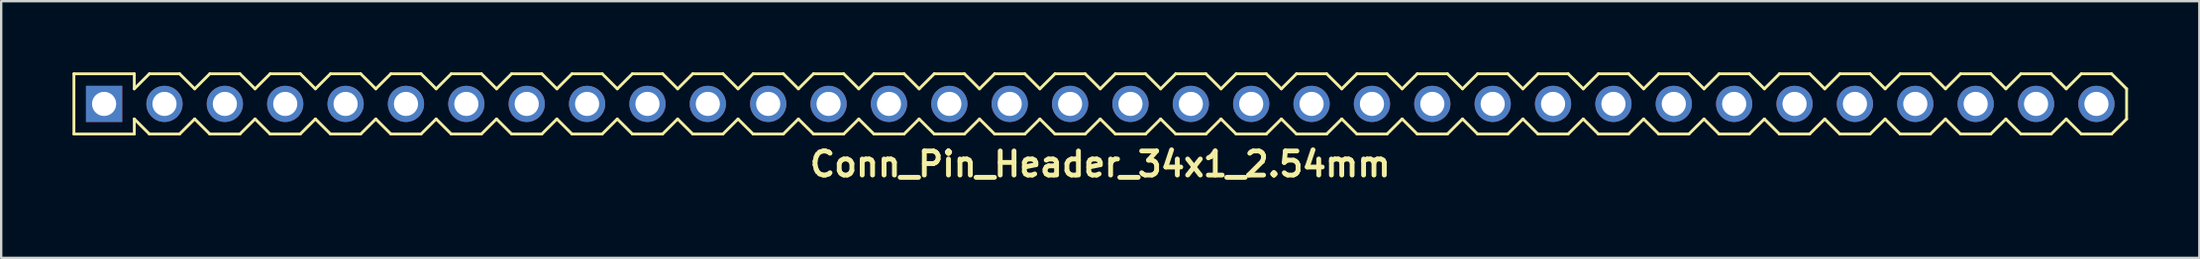
<source format=kicad_pcb>
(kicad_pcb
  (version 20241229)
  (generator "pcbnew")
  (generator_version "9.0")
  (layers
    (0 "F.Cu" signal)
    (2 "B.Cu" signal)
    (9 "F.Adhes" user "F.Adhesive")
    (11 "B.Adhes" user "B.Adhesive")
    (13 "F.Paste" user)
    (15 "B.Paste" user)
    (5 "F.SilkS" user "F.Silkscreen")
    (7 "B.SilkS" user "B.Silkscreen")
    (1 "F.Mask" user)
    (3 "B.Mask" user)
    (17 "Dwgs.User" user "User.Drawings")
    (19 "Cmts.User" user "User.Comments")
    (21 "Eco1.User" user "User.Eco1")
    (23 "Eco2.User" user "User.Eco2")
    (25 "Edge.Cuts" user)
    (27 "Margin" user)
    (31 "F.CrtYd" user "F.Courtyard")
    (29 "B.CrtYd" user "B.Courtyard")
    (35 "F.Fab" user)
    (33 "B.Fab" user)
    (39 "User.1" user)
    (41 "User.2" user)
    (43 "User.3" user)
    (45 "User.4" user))
  (footprint "Conn_Pin_Header_34x1_2.54mm"
    (layer "F.Cu")
    (at 43.24 1.33)
    (property "Reference" "Conn_Pin_Header_34x1_2.54mm" (at 0 2.54 0) (layer "F.SilkS") (effects (font (size 1.016 1.016) (thickness 0.203))))
    (attr through_hole)
    (fp_line (start -43.18 -1.27) (end -43.18 1.27) (stroke (width 0.12) (type solid)) (layer "F.SilkS"))
    (fp_line (start -43.18 1.27) (end -40.64 1.27) (stroke (width 0.12) (type solid)) (layer "F.SilkS"))
    (fp_line (start -40.64 -1.27) (end -43.18 -1.27) (stroke (width 0.12) (type solid)) (layer "F.SilkS"))
    (fp_line (start -40.64 -0.635) (end -40.64 -1.27) (stroke (width 0.12) (type solid)) (layer "F.SilkS"))
    (fp_line (start -40.64 -0.635) (end -40.005 -1.27) (stroke (width 0.12) (type solid)) (layer "F.SilkS"))
    (fp_line (start -40.64 0.635) (end -40.005 1.27) (stroke (width 0.12) (type solid)) (layer "F.SilkS"))
    (fp_line (start -40.64 1.27) (end -40.64 0.635) (stroke (width 0.12) (type solid)) (layer "F.SilkS"))
    (fp_line (start -40.005 -1.27) (end -38.735 -1.27) (stroke (width 0.12) (type solid)) (layer "F.SilkS"))
    (fp_line (start -40.005 1.27) (end -38.735 1.27) (stroke (width 0.12) (type solid)) (layer "F.SilkS"))
    (fp_line (start -38.735 -1.27) (end -38.1 -0.635) (stroke (width 0.12) (type solid)) (layer "F.SilkS"))
    (fp_line (start -38.735 1.27) (end -38.1 0.635) (stroke (width 0.12) (type solid)) (layer "F.SilkS"))
    (fp_line (start -38.1 -0.635) (end -37.465 -1.27) (stroke (width 0.12) (type solid)) (layer "F.SilkS"))
    (fp_line (start -38.1 0.635) (end -37.465 1.27) (stroke (width 0.12) (type solid)) (layer "F.SilkS"))
    (fp_line (start -37.465 -1.27) (end -36.195 -1.27) (stroke (width 0.12) (type solid)) (layer "F.SilkS"))
    (fp_line (start -37.465 1.27) (end -36.195 1.27) (stroke (width 0.12) (type solid)) (layer "F.SilkS"))
    (fp_line (start -36.195 -1.27) (end -35.56 -0.635) (stroke (width 0.12) (type solid)) (layer "F.SilkS"))
    (fp_line (start -36.195 1.27) (end -35.56 0.635) (stroke (width 0.12) (type solid)) (layer "F.SilkS"))
    (fp_line (start -35.56 -0.635) (end -34.925 -1.27) (stroke (width 0.12) (type solid)) (layer "F.SilkS"))
    (fp_line (start -35.56 0.635) (end -34.925 1.27) (stroke (width 0.12) (type solid)) (layer "F.SilkS"))
    (fp_line (start -34.925 -1.27) (end -33.655 -1.27) (stroke (width 0.12) (type solid)) (layer "F.SilkS"))
    (fp_line (start -34.925 1.27) (end -33.655 1.27) (stroke (width 0.12) (type solid)) (layer "F.SilkS"))
    (fp_line (start -33.655 -1.27) (end -33.02 -0.635) (stroke (width 0.12) (type solid)) (layer "F.SilkS"))
    (fp_line (start -33.655 1.27) (end -33.02 0.635) (stroke (width 0.12) (type solid)) (layer "F.SilkS"))
    (fp_line (start -33.02 -0.635) (end -32.385 -1.27) (stroke (width 0.12) (type solid)) (layer "F.SilkS"))
    (fp_line (start -33.02 0.635) (end -32.385 1.27) (stroke (width 0.12) (type solid)) (layer "F.SilkS"))
    (fp_line (start -32.385 -1.27) (end -31.115 -1.27) (stroke (width 0.12) (type solid)) (layer "F.SilkS"))
    (fp_line (start -32.385 1.27) (end -31.115 1.27) (stroke (width 0.12) (type solid)) (layer "F.SilkS"))
    (fp_line (start -31.115 -1.27) (end -30.48 -0.635) (stroke (width 0.12) (type solid)) (layer "F.SilkS"))
    (fp_line (start -31.115 1.27) (end -30.48 0.635) (stroke (width 0.12) (type solid)) (layer "F.SilkS"))
    (fp_line (start -30.48 -0.635) (end -29.845 -1.27) (stroke (width 0.12) (type solid)) (layer "F.SilkS"))
    (fp_line (start -30.48 0.635) (end -29.845 1.27) (stroke (width 0.12) (type solid)) (layer "F.SilkS"))
    (fp_line (start -29.845 -1.27) (end -28.575 -1.27) (stroke (width 0.12) (type solid)) (layer "F.SilkS"))
    (fp_line (start -29.845 1.27) (end -28.575 1.27) (stroke (width 0.12) (type solid)) (layer "F.SilkS"))
    (fp_line (start -28.575 -1.27) (end -27.94 -0.635) (stroke (width 0.12) (type solid)) (layer "F.SilkS"))
    (fp_line (start -28.575 1.27) (end -27.94 0.635) (stroke (width 0.12) (type solid)) (layer "F.SilkS"))
    (fp_line (start -27.94 -0.635) (end -27.305 -1.27) (stroke (width 0.12) (type solid)) (layer "F.SilkS"))
    (fp_line (start -27.94 0.635) (end -27.305 1.27) (stroke (width 0.12) (type solid)) (layer "F.SilkS"))
    (fp_line (start -27.305 -1.27) (end -26.035 -1.27) (stroke (width 0.12) (type solid)) (layer "F.SilkS"))
    (fp_line (start -27.305 1.27) (end -26.035 1.27) (stroke (width 0.12) (type solid)) (layer "F.SilkS"))
    (fp_line (start -26.035 -1.27) (end -25.4 -0.635) (stroke (width 0.12) (type solid)) (layer "F.SilkS"))
    (fp_line (start -26.035 1.27) (end -25.4 0.635) (stroke (width 0.12) (type solid)) (layer "F.SilkS"))
    (fp_line (start -25.4 -0.635) (end -24.765 -1.27) (stroke (width 0.12) (type solid)) (layer "F.SilkS"))
    (fp_line (start -25.4 0.635) (end -24.765 1.27) (stroke (width 0.12) (type solid)) (layer "F.SilkS"))
    (fp_line (start -24.765 -1.27) (end -23.495 -1.27) (stroke (width 0.12) (type solid)) (layer "F.SilkS"))
    (fp_line (start -24.765 1.27) (end -23.495 1.27) (stroke (width 0.12) (type solid)) (layer "F.SilkS"))
    (fp_line (start -23.495 -1.27) (end -22.86 -0.635) (stroke (width 0.12) (type solid)) (layer "F.SilkS"))
    (fp_line (start -23.495 1.27) (end -22.86 0.635) (stroke (width 0.12) (type solid)) (layer "F.SilkS"))
    (fp_line (start -22.86 -0.635) (end -22.225 -1.27) (stroke (width 0.12) (type solid)) (layer "F.SilkS"))
    (fp_line (start -22.86 0.635) (end -22.225 1.27) (stroke (width 0.12) (type solid)) (layer "F.SilkS"))
    (fp_line (start -22.225 -1.27) (end -20.955 -1.27) (stroke (width 0.12) (type solid)) (layer "F.SilkS"))
    (fp_line (start -22.225 1.27) (end -20.955 1.27) (stroke (width 0.12) (type solid)) (layer "F.SilkS"))
    (fp_line (start -20.955 -1.27) (end -20.32 -0.635) (stroke (width 0.12) (type solid)) (layer "F.SilkS"))
    (fp_line (start -20.955 1.27) (end -20.32 0.635) (stroke (width 0.12) (type solid)) (layer "F.SilkS"))
    (fp_line (start -20.32 -0.635) (end -19.685 -1.27) (stroke (width 0.12) (type solid)) (layer "F.SilkS"))
    (fp_line (start -20.32 0.635) (end -19.685 1.27) (stroke (width 0.12) (type solid)) (layer "F.SilkS"))
    (fp_line (start -19.685 -1.27) (end -18.415 -1.27) (stroke (width 0.12) (type solid)) (layer "F.SilkS"))
    (fp_line (start -19.685 1.27) (end -18.415 1.27) (stroke (width 0.12) (type solid)) (layer "F.SilkS"))
    (fp_line (start -18.415 -1.27) (end -17.78 -0.635) (stroke (width 0.12) (type solid)) (layer "F.SilkS"))
    (fp_line (start -18.415 1.27) (end -17.78 0.635) (stroke (width 0.12) (type solid)) (layer "F.SilkS"))
    (fp_line (start -17.78 -0.635) (end -17.145 -1.27) (stroke (width 0.12) (type solid)) (layer "F.SilkS"))
    (fp_line (start -17.78 0.635) (end -17.145 1.27) (stroke (width 0.12) (type solid)) (layer "F.SilkS"))
    (fp_line (start -17.145 -1.27) (end -15.875 -1.27) (stroke (width 0.12) (type solid)) (layer "F.SilkS"))
    (fp_line (start -17.145 1.27) (end -15.875 1.27) (stroke (width 0.12) (type solid)) (layer "F.SilkS"))
    (fp_line (start -15.875 -1.27) (end -15.24 -0.635) (stroke (width 0.12) (type solid)) (layer "F.SilkS"))
    (fp_line (start -15.875 1.27) (end -15.24 0.635) (stroke (width 0.12) (type solid)) (layer "F.SilkS"))
    (fp_line (start -15.24 -0.635) (end -14.605 -1.27) (stroke (width 0.12) (type solid)) (layer "F.SilkS"))
    (fp_line (start -15.24 0.635) (end -14.605 1.27) (stroke (width 0.12) (type solid)) (layer "F.SilkS"))
    (fp_line (start -14.605 -1.27) (end -13.335 -1.27) (stroke (width 0.12) (type solid)) (layer "F.SilkS"))
    (fp_line (start -14.605 1.27) (end -13.335 1.27) (stroke (width 0.12) (type solid)) (layer "F.SilkS"))
    (fp_line (start -13.335 -1.27) (end -12.7 -0.635) (stroke (width 0.12) (type solid)) (layer "F.SilkS"))
    (fp_line (start -13.335 1.27) (end -12.7 0.635) (stroke (width 0.12) (type solid)) (layer "F.SilkS"))
    (fp_line (start -12.7 -0.635) (end -12.065 -1.27) (stroke (width 0.12) (type solid)) (layer "F.SilkS"))
    (fp_line (start -12.7 0.635) (end -12.065 1.27) (stroke (width 0.12) (type solid)) (layer "F.SilkS"))
    (fp_line (start -12.065 -1.27) (end -10.795 -1.27) (stroke (width 0.12) (type solid)) (layer "F.SilkS"))
    (fp_line (start -12.065 1.27) (end -10.795 1.27) (stroke (width 0.12) (type solid)) (layer "F.SilkS"))
    (fp_line (start -10.795 -1.27) (end -10.16 -0.635) (stroke (width 0.12) (type solid)) (layer "F.SilkS"))
    (fp_line (start -10.795 1.27) (end -10.16 0.635) (stroke (width 0.12) (type solid)) (layer "F.SilkS"))
    (fp_line (start -10.16 -0.635) (end -9.525 -1.27) (stroke (width 0.12) (type solid)) (layer "F.SilkS"))
    (fp_line (start -10.16 0.635) (end -9.525 1.27) (stroke (width 0.12) (type solid)) (layer "F.SilkS"))
    (fp_line (start -9.525 -1.27) (end -8.255 -1.27) (stroke (width 0.12) (type solid)) (layer "F.SilkS"))
    (fp_line (start -9.525 1.27) (end -8.255 1.27) (stroke (width 0.12) (type solid)) (layer "F.SilkS"))
    (fp_line (start -8.255 -1.27) (end -7.62 -0.635) (stroke (width 0.12) (type solid)) (layer "F.SilkS"))
    (fp_line (start -8.255 1.27) (end -7.62 0.635) (stroke (width 0.12) (type solid)) (layer "F.SilkS"))
    (fp_line (start -7.62 -0.635) (end -6.985 -1.27) (stroke (width 0.12) (type solid)) (layer "F.SilkS"))
    (fp_line (start -7.62 0.635) (end -6.985 1.27) (stroke (width 0.12) (type solid)) (layer "F.SilkS"))
    (fp_line (start -6.985 -1.27) (end -5.715 -1.27) (stroke (width 0.12) (type solid)) (layer "F.SilkS"))
    (fp_line (start -6.985 1.27) (end -5.715 1.27) (stroke (width 0.12) (type solid)) (layer "F.SilkS"))
    (fp_line (start -5.715 -1.27) (end -5.08 -0.635) (stroke (width 0.12) (type solid)) (layer "F.SilkS"))
    (fp_line (start -5.715 1.27) (end -5.08 0.635) (stroke (width 0.12) (type solid)) (layer "F.SilkS"))
    (fp_line (start -5.08 -0.635) (end -4.445 -1.27) (stroke (width 0.12) (type solid)) (layer "F.SilkS"))
    (fp_line (start -5.08 0.635) (end -4.445 1.27) (stroke (width 0.12) (type solid)) (layer "F.SilkS"))
    (fp_line (start -4.445 -1.27) (end -3.175 -1.27) (stroke (width 0.12) (type solid)) (layer "F.SilkS"))
    (fp_line (start -4.445 1.27) (end -3.175 1.27) (stroke (width 0.12) (type solid)) (layer "F.SilkS"))
    (fp_line (start -3.175 -1.27) (end -2.54 -0.635) (stroke (width 0.12) (type solid)) (layer "F.SilkS"))
    (fp_line (start -3.175 1.27) (end -2.54 0.635) (stroke (width 0.12) (type solid)) (layer "F.SilkS"))
    (fp_line (start -2.54 -0.635) (end -1.905 -1.27) (stroke (width 0.12) (type solid)) (layer "F.SilkS"))
    (fp_line (start -2.54 0.635) (end -1.905 1.27) (stroke (width 0.12) (type solid)) (layer "F.SilkS"))
    (fp_line (start -1.905 -1.27) (end -0.635 -1.27) (stroke (width 0.12) (type solid)) (layer "F.SilkS"))
    (fp_line (start -1.905 1.27) (end -0.635 1.27) (stroke (width 0.12) (type solid)) (layer "F.SilkS"))
    (fp_line (start -0.635 -1.27) (end 0 -0.635) (stroke (width 0.12) (type solid)) (layer "F.SilkS"))
    (fp_line (start -0.635 1.27) (end 0 0.635) (stroke (width 0.12) (type solid)) (layer "F.SilkS"))
    (fp_line (start 0 -0.635) (end 0.635 -1.27) (stroke (width 0.12) (type solid)) (layer "F.SilkS"))
    (fp_line (start 0 0.635) (end 0.635 1.27) (stroke (width 0.12) (type solid)) (layer "F.SilkS"))
    (fp_line (start 0.635 -1.27) (end 1.905 -1.27) (stroke (width 0.12) (type solid)) (layer "F.SilkS"))
    (fp_line (start 0.635 1.27) (end 1.905 1.27) (stroke (width 0.12) (type solid)) (layer "F.SilkS"))
    (fp_line (start 1.905 -1.27) (end 2.54 -0.635) (stroke (width 0.12) (type solid)) (layer "F.SilkS"))
    (fp_line (start 1.905 1.27) (end 2.54 0.635) (stroke (width 0.12) (type solid)) (layer "F.SilkS"))
    (fp_line (start 2.54 -0.635) (end 3.175 -1.27) (stroke (width 0.12) (type solid)) (layer "F.SilkS"))
    (fp_line (start 2.54 0.635) (end 3.175 1.27) (stroke (width 0.12) (type solid)) (layer "F.SilkS"))
    (fp_line (start 3.175 -1.27) (end 4.445 -1.27) (stroke (width 0.12) (type solid)) (layer "F.SilkS"))
    (fp_line (start 3.175 1.27) (end 4.445 1.27) (stroke (width 0.12) (type solid)) (layer "F.SilkS"))
    (fp_line (start 4.445 -1.27) (end 5.08 -0.635) (stroke (width 0.12) (type solid)) (layer "F.SilkS"))
    (fp_line (start 4.445 1.27) (end 5.08 0.635) (stroke (width 0.12) (type solid)) (layer "F.SilkS"))
    (fp_line (start 5.08 -0.635) (end 5.715 -1.27) (stroke (width 0.12) (type solid)) (layer "F.SilkS"))
    (fp_line (start 5.08 0.635) (end 5.715 1.27) (stroke (width 0.12) (type solid)) (layer "F.SilkS"))
    (fp_line (start 5.715 -1.27) (end 6.985 -1.27) (stroke (width 0.12) (type solid)) (layer "F.SilkS"))
    (fp_line (start 5.715 1.27) (end 6.985 1.27) (stroke (width 0.12) (type solid)) (layer "F.SilkS"))
    (fp_line (start 6.985 -1.27) (end 7.62 -0.635) (stroke (width 0.12) (type solid)) (layer "F.SilkS"))
    (fp_line (start 6.985 1.27) (end 7.62 0.635) (stroke (width 0.12) (type solid)) (layer "F.SilkS"))
    (fp_line (start 7.62 -0.635) (end 8.255 -1.27) (stroke (width 0.12) (type solid)) (layer "F.SilkS"))
    (fp_line (start 7.62 0.635) (end 8.255 1.27) (stroke (width 0.12) (type solid)) (layer "F.SilkS"))
    (fp_line (start 8.255 -1.27) (end 9.525 -1.27) (stroke (width 0.12) (type solid)) (layer "F.SilkS"))
    (fp_line (start 8.255 1.27) (end 9.525 1.27) (stroke (width 0.12) (type solid)) (layer "F.SilkS"))
    (fp_line (start 9.525 -1.27) (end 10.16 -0.635) (stroke (width 0.12) (type solid)) (layer "F.SilkS"))
    (fp_line (start 9.525 1.27) (end 10.16 0.635) (stroke (width 0.12) (type solid)) (layer "F.SilkS"))
    (fp_line (start 10.16 -0.635) (end 10.795 -1.27) (stroke (width 0.12) (type solid)) (layer "F.SilkS"))
    (fp_line (start 10.16 0.635) (end 10.795 1.27) (stroke (width 0.12) (type solid)) (layer "F.SilkS"))
    (fp_line (start 10.795 -1.27) (end 12.065 -1.27) (stroke (width 0.12) (type solid)) (layer "F.SilkS"))
    (fp_line (start 10.795 1.27) (end 12.065 1.27) (stroke (width 0.12) (type solid)) (layer "F.SilkS"))
    (fp_line (start 12.065 -1.27) (end 12.7 -0.635) (stroke (width 0.12) (type solid)) (layer "F.SilkS"))
    (fp_line (start 12.065 1.27) (end 12.7 0.635) (stroke (width 0.12) (type solid)) (layer "F.SilkS"))
    (fp_line (start 12.7 -0.635) (end 13.335 -1.27) (stroke (width 0.12) (type solid)) (layer "F.SilkS"))
    (fp_line (start 12.7 0.635) (end 13.335 1.27) (stroke (width 0.12) (type solid)) (layer "F.SilkS"))
    (fp_line (start 13.335 -1.27) (end 14.605 -1.27) (stroke (width 0.12) (type solid)) (layer "F.SilkS"))
    (fp_line (start 13.335 1.27) (end 14.605 1.27) (stroke (width 0.12) (type solid)) (layer "F.SilkS"))
    (fp_line (start 14.605 -1.27) (end 15.24 -0.635) (stroke (width 0.12) (type solid)) (layer "F.SilkS"))
    (fp_line (start 14.605 1.27) (end 15.24 0.635) (stroke (width 0.12) (type solid)) (layer "F.SilkS"))
    (fp_line (start 15.24 -0.635) (end 15.875 -1.27) (stroke (width 0.12) (type solid)) (layer "F.SilkS"))
    (fp_line (start 15.24 0.635) (end 15.875 1.27) (stroke (width 0.12) (type solid)) (layer "F.SilkS"))
    (fp_line (start 15.875 -1.27) (end 17.145 -1.27) (stroke (width 0.12) (type solid)) (layer "F.SilkS"))
    (fp_line (start 15.875 1.27) (end 17.145 1.27) (stroke (width 0.12) (type solid)) (layer "F.SilkS"))
    (fp_line (start 17.145 -1.27) (end 17.78 -0.635) (stroke (width 0.12) (type solid)) (layer "F.SilkS"))
    (fp_line (start 17.145 1.27) (end 17.78 0.635) (stroke (width 0.12) (type solid)) (layer "F.SilkS"))
    (fp_line (start 17.78 -0.635) (end 18.415 -1.27) (stroke (width 0.12) (type solid)) (layer "F.SilkS"))
    (fp_line (start 17.78 0.635) (end 18.415 1.27) (stroke (width 0.12) (type solid)) (layer "F.SilkS"))
    (fp_line (start 18.415 -1.27) (end 19.685 -1.27) (stroke (width 0.12) (type solid)) (layer "F.SilkS"))
    (fp_line (start 18.415 1.27) (end 19.685 1.27) (stroke (width 0.12) (type solid)) (layer "F.SilkS"))
    (fp_line (start 19.685 -1.27) (end 20.32 -0.635) (stroke (width 0.12) (type solid)) (layer "F.SilkS"))
    (fp_line (start 19.685 1.27) (end 20.32 0.635) (stroke (width 0.12) (type solid)) (layer "F.SilkS"))
    (fp_line (start 20.32 -0.635) (end 20.955 -1.27) (stroke (width 0.12) (type solid)) (layer "F.SilkS"))
    (fp_line (start 20.32 0.635) (end 20.955 1.27) (stroke (width 0.12) (type solid)) (layer "F.SilkS"))
    (fp_line (start 20.955 -1.27) (end 22.225 -1.27) (stroke (width 0.12) (type solid)) (layer "F.SilkS"))
    (fp_line (start 20.955 1.27) (end 22.225 1.27) (stroke (width 0.12) (type solid)) (layer "F.SilkS"))
    (fp_line (start 22.225 -1.27) (end 22.86 -0.635) (stroke (width 0.12) (type solid)) (layer "F.SilkS"))
    (fp_line (start 22.225 1.27) (end 22.86 0.635) (stroke (width 0.12) (type solid)) (layer "F.SilkS"))
    (fp_line (start 22.86 -0.635) (end 23.495 -1.27) (stroke (width 0.12) (type solid)) (layer "F.SilkS"))
    (fp_line (start 22.86 0.635) (end 23.495 1.27) (stroke (width 0.12) (type solid)) (layer "F.SilkS"))
    (fp_line (start 23.495 -1.27) (end 24.765 -1.27) (stroke (width 0.12) (type solid)) (layer "F.SilkS"))
    (fp_line (start 23.495 1.27) (end 24.765 1.27) (stroke (width 0.12) (type solid)) (layer "F.SilkS"))
    (fp_line (start 24.765 -1.27) (end 25.4 -0.635) (stroke (width 0.12) (type solid)) (layer "F.SilkS"))
    (fp_line (start 24.765 1.27) (end 25.4 0.635) (stroke (width 0.12) (type solid)) (layer "F.SilkS"))
    (fp_line (start 25.4 -0.635) (end 26.035 -1.27) (stroke (width 0.12) (type solid)) (layer "F.SilkS"))
    (fp_line (start 25.4 0.635) (end 26.035 1.27) (stroke (width 0.12) (type solid)) (layer "F.SilkS"))
    (fp_line (start 26.035 -1.27) (end 27.305 -1.27) (stroke (width 0.12) (type solid)) (layer "F.SilkS"))
    (fp_line (start 26.035 1.27) (end 27.305 1.27) (stroke (width 0.12) (type solid)) (layer "F.SilkS"))
    (fp_line (start 27.305 -1.27) (end 27.94 -0.635) (stroke (width 0.12) (type solid)) (layer "F.SilkS"))
    (fp_line (start 27.305 1.27) (end 27.94 0.635) (stroke (width 0.12) (type solid)) (layer "F.SilkS"))
    (fp_line (start 27.94 -0.635) (end 28.575 -1.27) (stroke (width 0.12) (type solid)) (layer "F.SilkS"))
    (fp_line (start 27.94 0.635) (end 28.575 1.27) (stroke (width 0.12) (type solid)) (layer "F.SilkS"))
    (fp_line (start 28.575 -1.27) (end 29.845 -1.27) (stroke (width 0.12) (type solid)) (layer "F.SilkS"))
    (fp_line (start 28.575 1.27) (end 29.845 1.27) (stroke (width 0.12) (type solid)) (layer "F.SilkS"))
    (fp_line (start 29.845 -1.27) (end 30.48 -0.635) (stroke (width 0.12) (type solid)) (layer "F.SilkS"))
    (fp_line (start 29.845 1.27) (end 30.48 0.635) (stroke (width 0.12) (type solid)) (layer "F.SilkS"))
    (fp_line (start 30.48 -0.635) (end 31.115 -1.27) (stroke (width 0.12) (type solid)) (layer "F.SilkS"))
    (fp_line (start 30.48 0.635) (end 31.115 1.27) (stroke (width 0.12) (type solid)) (layer "F.SilkS"))
    (fp_line (start 31.115 -1.27) (end 32.385 -1.27) (stroke (width 0.12) (type solid)) (layer "F.SilkS"))
    (fp_line (start 31.115 1.27) (end 32.385 1.27) (stroke (width 0.12) (type solid)) (layer "F.SilkS"))
    (fp_line (start 32.385 -1.27) (end 33.02 -0.635) (stroke (width 0.12) (type solid)) (layer "F.SilkS"))
    (fp_line (start 32.385 1.27) (end 33.02 0.635) (stroke (width 0.12) (type solid)) (layer "F.SilkS"))
    (fp_line (start 33.02 -0.635) (end 33.655 -1.27) (stroke (width 0.12) (type solid)) (layer "F.SilkS"))
    (fp_line (start 33.02 0.635) (end 33.655 1.27) (stroke (width 0.12) (type solid)) (layer "F.SilkS"))
    (fp_line (start 33.655 -1.27) (end 34.925 -1.27) (stroke (width 0.12) (type solid)) (layer "F.SilkS"))
    (fp_line (start 33.655 1.27) (end 34.925 1.27) (stroke (width 0.12) (type solid)) (layer "F.SilkS"))
    (fp_line (start 34.925 -1.27) (end 35.56 -0.635) (stroke (width 0.12) (type solid)) (layer "F.SilkS"))
    (fp_line (start 34.925 1.27) (end 35.56 0.635) (stroke (width 0.12) (type solid)) (layer "F.SilkS"))
    (fp_line (start 35.56 -0.635) (end 36.195 -1.27) (stroke (width 0.12) (type solid)) (layer "F.SilkS"))
    (fp_line (start 35.56 0.635) (end 36.195 1.27) (stroke (width 0.12) (type solid)) (layer "F.SilkS"))
    (fp_line (start 36.195 -1.27) (end 37.465 -1.27) (stroke (width 0.12) (type solid)) (layer "F.SilkS"))
    (fp_line (start 36.195 1.27) (end 37.465 1.27) (stroke (width 0.12) (type solid)) (layer "F.SilkS"))
    (fp_line (start 37.465 -1.27) (end 38.1 -0.635) (stroke (width 0.12) (type solid)) (layer "F.SilkS"))
    (fp_line (start 37.465 1.27) (end 38.1 0.635) (stroke (width 0.12) (type solid)) (layer "F.SilkS"))
    (fp_line (start 38.1 -0.635) (end 38.735 -1.27) (stroke (width 0.12) (type solid)) (layer "F.SilkS"))
    (fp_line (start 38.1 0.635) (end 38.735 1.27) (stroke (width 0.12) (type solid)) (layer "F.SilkS"))
    (fp_line (start 38.735 -1.27) (end 40.005 -1.27) (stroke (width 0.12) (type solid)) (layer "F.SilkS"))
    (fp_line (start 38.735 1.27) (end 40.005 1.27) (stroke (width 0.12) (type solid)) (layer "F.SilkS"))
    (fp_line (start 40.005 -1.27) (end 40.64 -0.635) (stroke (width 0.12) (type solid)) (layer "F.SilkS"))
    (fp_line (start 40.005 1.27) (end 40.64 0.635) (stroke (width 0.12) (type solid)) (layer "F.SilkS"))
    (fp_line (start 40.64 -0.635) (end 41.275 -1.27) (stroke (width 0.12) (type solid)) (layer "F.SilkS"))
    (fp_line (start 40.64 0.635) (end 41.275 1.27) (stroke (width 0.12) (type solid)) (layer "F.SilkS"))
    (fp_line (start 41.275 -1.27) (end 42.545 -1.27) (stroke (width 0.12) (type solid)) (layer "F.SilkS"))
    (fp_line (start 41.275 1.27) (end 42.545 1.27) (stroke (width 0.12) (type solid)) (layer "F.SilkS"))
    (fp_line (start 42.545 -1.27) (end 43.18 -0.635) (stroke (width 0.12) (type solid)) (layer "F.SilkS"))
    (fp_line (start 42.545 1.27) (end 43.18 0.635) (stroke (width 0.12) (type solid)) (layer "F.SilkS"))
    (fp_line (start 43.18 -0.635) (end 43.18 0.635) (stroke (width 0.12) (type solid)) (layer "F.SilkS"))
    (pad "1" thru_hole rect (at -41.91 0) (size 1.524 1.524) (drill 1.016) (layers "*.Cu" "*.Mask"))
    (pad "2" thru_hole circle (at -39.37 0) (size 1.524 1.524) (drill 1.016) (layers "*.Cu" "*.Mask"))
    (pad "3" thru_hole circle (at -36.83 0) (size 1.524 1.524) (drill 1.016) (layers "*.Cu" "*.Mask"))
    (pad "4" thru_hole circle (at -34.29 0) (size 1.524 1.524) (drill 1.016) (layers "*.Cu" "*.Mask"))
    (pad "5" thru_hole circle (at -31.75 0) (size 1.524 1.524) (drill 1.016) (layers "*.Cu" "*.Mask"))
    (pad "6" thru_hole circle (at -29.21 0) (size 1.524 1.524) (drill 1.016) (layers "*.Cu" "*.Mask"))
    (pad "7" thru_hole circle (at -26.67 0) (size 1.524 1.524) (drill 1.016) (layers "*.Cu" "*.Mask"))
    (pad "8" thru_hole circle (at -24.13 0) (size 1.524 1.524) (drill 1.016) (layers "*.Cu" "*.Mask"))
    (pad "9" thru_hole circle (at -21.59 0) (size 1.524 1.524) (drill 1.016) (layers "*.Cu" "*.Mask"))
    (pad "10" thru_hole circle (at -19.05 0) (size 1.524 1.524) (drill 1.016) (layers "*.Cu" "*.Mask"))
    (pad "11" thru_hole circle (at -16.51 0) (size 1.524 1.524) (drill 1.016) (layers "*.Cu" "*.Mask"))
    (pad "12" thru_hole circle (at -13.97 0) (size 1.524 1.524) (drill 1.016) (layers "*.Cu" "*.Mask"))
    (pad "13" thru_hole circle (at -11.43 0) (size 1.524 1.524) (drill 1.016) (layers "*.Cu" "*.Mask"))
    (pad "14" thru_hole circle (at -8.89 0) (size 1.524 1.524) (drill 1.016) (layers "*.Cu" "*.Mask"))
    (pad "15" thru_hole circle (at -6.35 0) (size 1.524 1.524) (drill 1.016) (layers "*.Cu" "*.Mask"))
    (pad "16" thru_hole circle (at -3.81 0) (size 1.524 1.524) (drill 1.016) (layers "*.Cu" "*.Mask"))
    (pad "17" thru_hole circle (at -1.27 0) (size 1.524 1.524) (drill 1.016) (layers "*.Cu" "*.Mask"))
    (pad "18" thru_hole circle (at 1.27 0) (size 1.524 1.524) (drill 1.016) (layers "*.Cu" "*.Mask"))
    (pad "19" thru_hole circle (at 3.81 0) (size 1.524 1.524) (drill 1.016) (layers "*.Cu" "*.Mask"))
    (pad "20" thru_hole circle (at 6.35 0) (size 1.524 1.524) (drill 1.016) (layers "*.Cu" "*.Mask"))
    (pad "21" thru_hole circle (at 8.89 0) (size 1.524 1.524) (drill 1.016) (layers "*.Cu" "*.Mask"))
    (pad "22" thru_hole circle (at 11.43 0) (size 1.524 1.524) (drill 1.016) (layers "*.Cu" "*.Mask"))
    (pad "23" thru_hole circle (at 13.97 0) (size 1.524 1.524) (drill 1.016) (layers "*.Cu" "*.Mask"))
    (pad "24" thru_hole circle (at 16.51 0) (size 1.524 1.524) (drill 1.016) (layers "*.Cu" "*.Mask"))
    (pad "25" thru_hole circle (at 19.05 0) (size 1.524 1.524) (drill 1.016) (layers "*.Cu" "*.Mask"))
    (pad "26" thru_hole circle (at 21.59 0) (size 1.524 1.524) (drill 1.016) (layers "*.Cu" "*.Mask"))
    (pad "27" thru_hole circle (at 24.13 0) (size 1.524 1.524) (drill 1.016) (layers "*.Cu" "*.Mask"))
    (pad "28" thru_hole circle (at 26.67 0) (size 1.524 1.524) (drill 1.016) (layers "*.Cu" "*.Mask"))
    (pad "29" thru_hole circle (at 29.21 0) (size 1.524 1.524) (drill 1.016) (layers "*.Cu" "*.Mask"))
    (pad "30" thru_hole circle (at 31.75 0) (size 1.524 1.524) (drill 1.016) (layers "*.Cu" "*.Mask"))
    (pad "31" thru_hole circle (at 34.29 0) (size 1.524 1.524) (drill 1.016) (layers "*.Cu" "*.Mask"))
    (pad "32" thru_hole circle (at 36.83 0) (size 1.524 1.524) (drill 1.016) (layers "*.Cu" "*.Mask"))
    (pad "33" thru_hole circle (at 39.37 0) (size 1.524 1.524) (drill 1.016) (layers "*.Cu" "*.Mask"))
    (pad "34" thru_hole circle (at 41.91 0) (size 1.524 1.524) (drill 1.016) (layers "*.Cu" "*.Mask")))
  (gr_rect
    (start -3 -3)
    (end 89.48 7.821)
    (stroke (width 0.1) (type default))
    (fill no)
    (layer "Edge.Cuts")))
</source>
